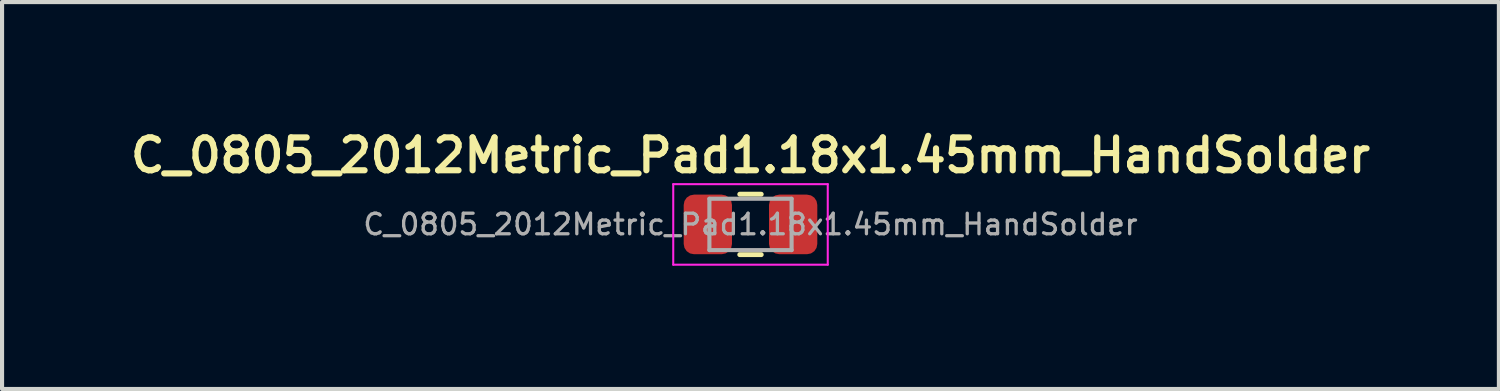
<source format=kicad_pcb>
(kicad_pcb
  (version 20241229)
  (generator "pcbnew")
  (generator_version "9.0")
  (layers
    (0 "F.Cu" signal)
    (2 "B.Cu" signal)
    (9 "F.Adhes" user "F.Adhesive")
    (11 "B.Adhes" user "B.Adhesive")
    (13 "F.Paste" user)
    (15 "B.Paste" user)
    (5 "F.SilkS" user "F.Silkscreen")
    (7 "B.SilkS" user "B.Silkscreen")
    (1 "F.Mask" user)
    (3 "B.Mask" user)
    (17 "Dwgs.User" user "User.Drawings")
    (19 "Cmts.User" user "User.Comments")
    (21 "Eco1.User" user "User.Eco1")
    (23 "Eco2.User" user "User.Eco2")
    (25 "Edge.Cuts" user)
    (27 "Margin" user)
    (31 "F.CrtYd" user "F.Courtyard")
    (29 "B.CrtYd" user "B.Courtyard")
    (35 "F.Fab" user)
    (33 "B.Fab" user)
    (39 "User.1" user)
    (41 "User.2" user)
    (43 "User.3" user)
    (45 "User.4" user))
  (footprint "C_0805_2012Metric_Pad1.18x1.45mm_HandSolder"
    (layer "F.Cu")
    (at 15.212 2.411)
    (property "Reference" "C_0805_2012Metric_Pad1.18x1.45mm_HandSolder" (at 0 -1.68 0) (layer "F.SilkS") (effects (font (size 0.8 0.8) (thickness 0.15))))
    (attr smd)
    (fp_line (start -0.261 -0.735) (end 0.261 -0.735) (stroke (width 0.12) (type solid)) (layer "F.SilkS"))
    (fp_line (start -0.261 0.735) (end 0.261 0.735) (stroke (width 0.12) (type solid)) (layer "F.SilkS"))
    (fp_line (start -1.88 -0.98) (end 1.88 -0.98) (stroke (width 0.05) (type solid)) (layer "F.CrtYd"))
    (fp_line (start -1.88 0.98) (end -1.88 -0.98) (stroke (width 0.05) (type solid)) (layer "F.CrtYd"))
    (fp_line (start 1.88 -0.98) (end 1.88 0.98) (stroke (width 0.05) (type solid)) (layer "F.CrtYd"))
    (fp_line (start 1.88 0.98) (end -1.88 0.98) (stroke (width 0.05) (type solid)) (layer "F.CrtYd"))
    (fp_line (start -1 -0.625) (end 1 -0.625) (stroke (width 0.1) (type solid)) (layer "F.Fab"))
    (fp_line (start -1 0.625) (end -1 -0.625) (stroke (width 0.1) (type solid)) (layer "F.Fab"))
    (fp_line (start 1 -0.625) (end 1 0.625) (stroke (width 0.1) (type solid)) (layer "F.Fab"))
    (fp_line (start 1 0.625) (end -1 0.625) (stroke (width 0.1) (type solid)) (layer "F.Fab"))
    (fp_text user "${REFERENCE}" (at 0 0 0) (layer "F.Fab") (effects (font (size 0.5 0.5) (thickness 0.08))))
    (pad "1" smd roundrect (at -1.038 0) (size 1.175 1.45) (layers "F.Cu" "F.Mask" "F.Paste") (roundrect_rratio 0.213))
    (pad "2" smd roundrect (at 1.038 0) (size 1.175 1.45) (layers "F.Cu" "F.Mask" "F.Paste") (roundrect_rratio 0.213)))
  (gr_rect
    (start -3 -3)
    (end 33.423 6.416)
    (stroke (width 0.1) (type default))
    (fill no)
    (layer "Edge.Cuts")))
</source>
